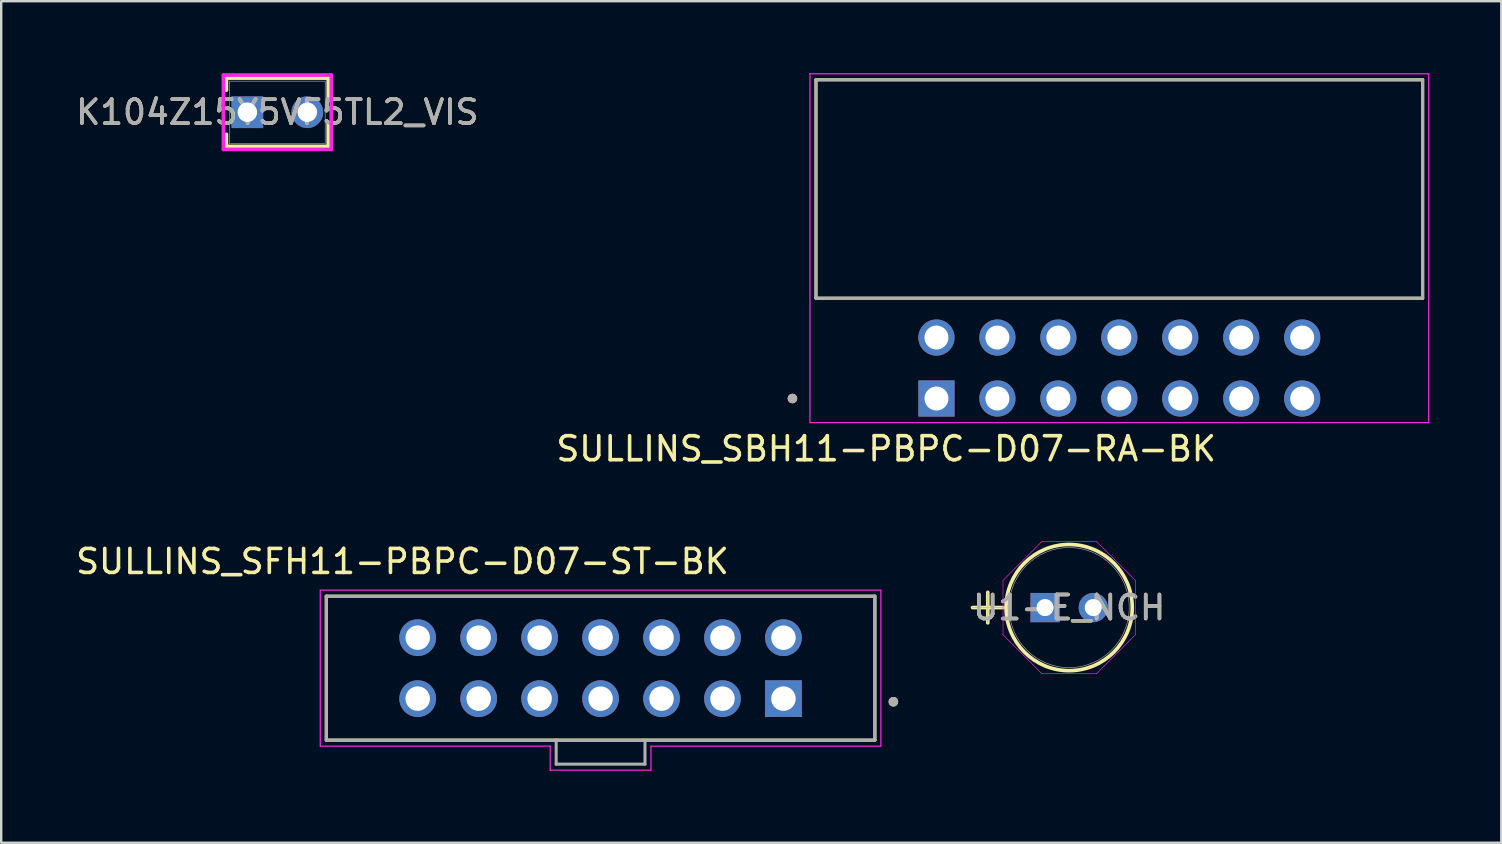
<source format=kicad_pcb>
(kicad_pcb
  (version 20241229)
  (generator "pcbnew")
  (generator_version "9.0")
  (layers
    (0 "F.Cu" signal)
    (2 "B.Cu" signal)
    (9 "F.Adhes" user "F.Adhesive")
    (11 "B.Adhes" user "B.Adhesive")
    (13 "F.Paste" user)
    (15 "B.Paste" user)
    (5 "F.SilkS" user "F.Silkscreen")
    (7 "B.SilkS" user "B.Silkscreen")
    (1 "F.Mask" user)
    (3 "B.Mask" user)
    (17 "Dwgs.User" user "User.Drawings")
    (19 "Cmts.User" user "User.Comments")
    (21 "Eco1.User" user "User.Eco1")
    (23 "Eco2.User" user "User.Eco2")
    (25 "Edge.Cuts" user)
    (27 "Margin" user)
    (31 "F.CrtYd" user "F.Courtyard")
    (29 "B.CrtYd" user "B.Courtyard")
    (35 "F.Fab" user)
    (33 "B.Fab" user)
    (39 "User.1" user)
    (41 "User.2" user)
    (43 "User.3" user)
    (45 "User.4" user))
  (footprint "U1-E_NCH"
    (layer "F.Cu")
    (at 40.497 22.267)
    (property "Reference" "U1-E_NCH" (at 1.003 0 0) (unlocked yes) (layer "F.SilkS") (effects (font (size 1 1) (thickness 0.15))))
    (attr through_hole)
    (fp_line (start -3.023 0) (end -1.753 0) (stroke (width 0.152) (type solid)) (layer "F.SilkS"))
    (fp_line (start -2.388 -0.635) (end -2.388 0.635) (stroke (width 0.152) (type solid)) (layer "F.SilkS"))
    (fp_circle (center 1.003 0) (end 3.632 0) (stroke (width 0.152) (type solid)) (fill no) (layer "F.SilkS"))
    (fp_line (start -1.753 -1.135) (end -0.131 -2.756) (stroke (width 0.025) (type solid)) (layer "F.CrtYd"))
    (fp_line (start -1.753 1.135) (end -1.753 -1.135) (stroke (width 0.025) (type solid)) (layer "F.CrtYd"))
    (fp_line (start -0.131 -2.756) (end 2.138 -2.756) (stroke (width 0.025) (type solid)) (layer "F.CrtYd"))
    (fp_line (start -0.131 2.756) (end -1.753 1.135) (stroke (width 0.025) (type solid)) (layer "F.CrtYd"))
    (fp_line (start 2.138 -2.756) (end 3.759 -1.135) (stroke (width 0.025) (type solid)) (layer "F.CrtYd"))
    (fp_line (start 2.138 2.756) (end -0.131 2.756) (stroke (width 0.025) (type solid)) (layer "F.CrtYd"))
    (fp_line (start 3.759 -1.135) (end 3.759 1.135) (stroke (width 0.025) (type solid)) (layer "F.CrtYd"))
    (fp_line (start 3.759 1.135) (end 2.138 2.756) (stroke (width 0.025) (type solid)) (layer "F.CrtYd"))
    (fp_line (start -3.023 0) (end -1.753 0) (stroke (width 0.025) (type solid)) (layer "F.Fab"))
    (fp_line (start -2.388 -0.635) (end -2.388 0.635) (stroke (width 0.025) (type solid)) (layer "F.Fab"))
    (fp_circle (center 1.003 0) (end 3.505 0) (stroke (width 0.025) (type solid)) (fill no) (layer "F.Fab"))
    (fp_text user "${REFERENCE}" (at 1.003 0 0) (unlocked yes) (layer "F.Fab") (effects (font (size 1 1) (thickness 0.15))))
    (pad "1" thru_hole rect (at 0 0) (size 1.219 1.219) (drill 0.711) (layers "*.Cu" "*.Mask"))
    (pad "2" thru_hole circle (at 2.007 0) (size 1.219 1.219) (drill 0.711) (layers "*.Cu" "*.Mask")))
  (footprint "SULLINS_SFH11-PBPC-D07-ST-BK"
    (layer "F.Cu")
    (at 21.975 24.791)
    (property "Reference" "SULLINS_SFH11-PBPC-D07-ST-BK" (at -8.255 -4.445 0) (layer "F.SilkS") (effects (font (size 1 1) (thickness 0.15))))
    (attr through_hole)
    (fp_line (start -11.43 -3) (end -11.43 3) (stroke (width 0.127) (type solid)) (layer "F.SilkS"))
    (fp_line (start -11.43 3) (end 11.43 3) (stroke (width 0.127) (type solid)) (layer "F.SilkS"))
    (fp_line (start 11.43 -3) (end -11.43 -3) (stroke (width 0.127) (type solid)) (layer "F.SilkS"))
    (fp_line (start 11.43 3) (end 11.43 -3) (stroke (width 0.127) (type solid)) (layer "F.SilkS"))
    (fp_circle (center 12.2 1.4) (end 12.3 1.4) (stroke (width 0.2) (type solid)) (fill no) (layer "F.SilkS"))
    (fp_line (start -11.68 -3.25) (end 11.68 -3.25) (stroke (width 0.05) (type solid)) (layer "F.CrtYd"))
    (fp_line (start -11.68 3.25) (end -11.68 -3.25) (stroke (width 0.05) (type solid)) (layer "F.CrtYd"))
    (fp_line (start -2.1 3.25) (end -11.68 3.25) (stroke (width 0.05) (type solid)) (layer "F.CrtYd"))
    (fp_line (start -2.1 4.25) (end -2.1 3.25) (stroke (width 0.05) (type solid)) (layer "F.CrtYd"))
    (fp_line (start 2.1 3.25) (end 2.1 4.25) (stroke (width 0.05) (type solid)) (layer "F.CrtYd"))
    (fp_line (start 2.1 4.25) (end -2.1 4.25) (stroke (width 0.05) (type solid)) (layer "F.CrtYd"))
    (fp_line (start 11.68 -3.25) (end 11.68 3.25) (stroke (width 0.05) (type solid)) (layer "F.CrtYd"))
    (fp_line (start 11.68 3.25) (end 2.1 3.25) (stroke (width 0.05) (type solid)) (layer "F.CrtYd"))
    (fp_line (start -11.43 -3) (end -11.43 3) (stroke (width 0.127) (type solid)) (layer "F.Fab"))
    (fp_line (start -11.43 3) (end -1.85 3) (stroke (width 0.127) (type solid)) (layer "F.Fab"))
    (fp_line (start -1.85 3) (end -1.85 4) (stroke (width 0.127) (type solid)) (layer "F.Fab"))
    (fp_line (start -1.85 3) (end 1.85 3) (stroke (width 0.127) (type solid)) (layer "F.Fab"))
    (fp_line (start -1.85 4) (end 1.85 4) (stroke (width 0.127) (type solid)) (layer "F.Fab"))
    (fp_line (start 1.85 3) (end 11.43 3) (stroke (width 0.127) (type solid)) (layer "F.Fab"))
    (fp_line (start 1.85 4) (end 1.85 3) (stroke (width 0.127) (type solid)) (layer "F.Fab"))
    (fp_line (start 11.43 -3) (end -11.43 -3) (stroke (width 0.127) (type solid)) (layer "F.Fab"))
    (fp_line (start 11.43 3) (end 11.43 -3) (stroke (width 0.127) (type solid)) (layer "F.Fab"))
    (fp_circle (center 12.2 1.4) (end 12.3 1.4) (stroke (width 0.2) (type solid)) (fill no) (layer "F.Fab"))
    (pad "1" thru_hole rect (at 7.62 1.27) (size 1.53 1.53) (drill 1.02) (layers "*.Cu" "*.Mask"))
    (pad "2" thru_hole circle (at 7.62 -1.27) (size 1.53 1.53) (drill 1.02) (layers "*.Cu" "*.Mask"))
    (pad "3" thru_hole circle (at 5.08 1.27) (size 1.53 1.53) (drill 1.02) (layers "*.Cu" "*.Mask"))
    (pad "4" thru_hole circle (at 5.08 -1.27) (size 1.53 1.53) (drill 1.02) (layers "*.Cu" "*.Mask"))
    (pad "5" thru_hole circle (at 2.54 1.27) (size 1.53 1.53) (drill 1.02) (layers "*.Cu" "*.Mask"))
    (pad "6" thru_hole circle (at 2.54 -1.27) (size 1.53 1.53) (drill 1.02) (layers "*.Cu" "*.Mask"))
    (pad "7" thru_hole circle (at 0 1.27) (size 1.53 1.53) (drill 1.02) (layers "*.Cu" "*.Mask"))
    (pad "8" thru_hole circle (at 0 -1.27) (size 1.53 1.53) (drill 1.02) (layers "*.Cu" "*.Mask"))
    (pad "9" thru_hole circle (at -2.54 1.27) (size 1.53 1.53) (drill 1.02) (layers "*.Cu" "*.Mask"))
    (pad "10" thru_hole circle (at -2.54 -1.27) (size 1.53 1.53) (drill 1.02) (layers "*.Cu" "*.Mask"))
    (pad "11" thru_hole circle (at -5.08 1.27) (size 1.53 1.53) (drill 1.02) (layers "*.Cu" "*.Mask"))
    (pad "12" thru_hole circle (at -5.08 -1.27) (size 1.53 1.53) (drill 1.02) (layers "*.Cu" "*.Mask"))
    (pad "13" thru_hole circle (at -7.62 1.27) (size 1.53 1.53) (drill 1.02) (layers "*.Cu" "*.Mask"))
    (pad "14" thru_hole circle (at -7.62 -1.27) (size 1.53 1.53) (drill 1.02) (layers "*.Cu" "*.Mask")))
  (footprint "K104Z15Y5VF5TL2_VIS"
    (layer "F.Cu")
    (at 7.256 1.626)
    (property "Reference" "K104Z15Y5VF5TL2_VIS" (at 1.25 0 0) (unlocked yes) (layer "F.SilkS") (effects (font (size 1 1) (thickness 0.15))))
    (attr through_hole)
    (fp_line (start -0.871 -1.422) (end -0.871 -0.918) (stroke (width 0.152) (type solid)) (layer "F.SilkS"))
    (fp_line (start -0.871 0.918) (end -0.871 1.422) (stroke (width 0.152) (type solid)) (layer "F.SilkS"))
    (fp_line (start 3.371 -1.422) (end -0.871 -1.422) (stroke (width 0.152) (type solid)) (layer "F.SilkS"))
    (fp_line (start 3.371 -1.422) (end 3.371 -0.477) (stroke (width 0.152) (type solid)) (layer "F.SilkS"))
    (fp_line (start 3.371 0.477) (end 3.371 1.422) (stroke (width 0.152) (type solid)) (layer "F.SilkS"))
    (fp_line (start 3.371 1.422) (end -0.871 1.422) (stroke (width 0.152) (type solid)) (layer "F.SilkS"))
    (fp_line (start -0.998 -1.549) (end 3.498 -1.549) (stroke (width 0.152) (type solid)) (layer "F.CrtYd"))
    (fp_line (start -0.998 1.549) (end -0.998 -1.549) (stroke (width 0.152) (type solid)) (layer "F.CrtYd"))
    (fp_line (start 3.498 -1.549) (end 3.498 1.549) (stroke (width 0.152) (type solid)) (layer "F.CrtYd"))
    (fp_line (start 3.498 1.549) (end -0.998 1.549) (stroke (width 0.152) (type solid)) (layer "F.CrtYd"))
    (fp_line (start -0.744 -1.295) (end -0.744 1.295) (stroke (width 0.025) (type solid)) (layer "F.Fab"))
    (fp_line (start 3.244 -1.295) (end -0.744 -1.295) (stroke (width 0.025) (type solid)) (layer "F.Fab"))
    (fp_line (start 3.244 -1.295) (end 3.244 1.295) (stroke (width 0.025) (type solid)) (layer "F.Fab"))
    (fp_line (start 3.244 1.295) (end -0.744 1.295) (stroke (width 0.025) (type solid)) (layer "F.Fab"))
    (fp_circle (center -0.236 0) (end -0.236 0) (stroke (width 0.025) (type solid)) (fill no) (layer "F.Fab"))
    (fp_text user "${REFERENCE}" (at 1.25 0 0) (unlocked yes) (layer "F.Fab") (effects (font (size 1 1) (thickness 0.15))))
    (pad "1" thru_hole rect (at 0 0) (size 1.321 1.321) (drill 0.813) (layers "*.Cu" "*.Mask"))
    (pad "2" thru_hole circle (at 2.5 0) (size 1.321 1.321) (drill 0.813) (layers "*.Cu" "*.Mask")))
  (footprint "SULLINS_SBH11-PBPC-D07-RA-BK"
    (layer "F.Cu")
    (at 43.59 12.285)
    (property "Reference" "SULLINS_SBH11-PBPC-D07-RA-BK" (at -9.715 3.365 0) (layer "F.SilkS") (effects (font (size 1 1) (thickness 0.15))))
    (attr through_hole)
    (fp_line (start -12.64 -12.01) (end 12.64 -12.01) (stroke (width 0.127) (type solid)) (layer "F.SilkS"))
    (fp_line (start -12.64 -2.91) (end -12.64 -12.01) (stroke (width 0.127) (type solid)) (layer "F.SilkS"))
    (fp_line (start 12.64 -12.01) (end 12.64 -2.91) (stroke (width 0.127) (type solid)) (layer "F.SilkS"))
    (fp_line (start 12.64 -2.91) (end -12.64 -2.91) (stroke (width 0.127) (type solid)) (layer "F.SilkS"))
    (fp_circle (center -13.62 1.27) (end -13.52 1.27) (stroke (width 0.2) (type solid)) (fill no) (layer "F.SilkS"))
    (fp_line (start -12.89 -12.26) (end -12.89 2.274) (stroke (width 0.05) (type solid)) (layer "F.CrtYd"))
    (fp_line (start -12.89 2.274) (end 12.89 2.274) (stroke (width 0.05) (type solid)) (layer "F.CrtYd"))
    (fp_line (start 12.89 -12.26) (end -12.89 -12.26) (stroke (width 0.05) (type solid)) (layer "F.CrtYd"))
    (fp_line (start 12.89 2.274) (end 12.89 -12.26) (stroke (width 0.05) (type solid)) (layer "F.CrtYd"))
    (fp_line (start -12.64 -12.01) (end 12.64 -12.01) (stroke (width 0.127) (type solid)) (layer "F.Fab"))
    (fp_line (start -12.64 -2.91) (end -12.64 -12.01) (stroke (width 0.127) (type solid)) (layer "F.Fab"))
    (fp_line (start 12.64 -12.01) (end 12.64 -2.91) (stroke (width 0.127) (type solid)) (layer "F.Fab"))
    (fp_line (start 12.64 -2.91) (end -12.64 -2.91) (stroke (width 0.127) (type solid)) (layer "F.Fab"))
    (fp_circle (center -13.62 1.27) (end -13.52 1.27) (stroke (width 0.2) (type solid)) (fill no) (layer "F.Fab"))
    (pad "1" thru_hole rect (at -7.62 1.27) (size 1.508 1.508) (drill 1) (layers "*.Cu" "*.Mask"))
    (pad "2" thru_hole circle (at -7.62 -1.27) (size 1.508 1.508) (drill 1) (layers "*.Cu" "*.Mask"))
    (pad "3" thru_hole circle (at -5.08 1.27) (size 1.508 1.508) (drill 1) (layers "*.Cu" "*.Mask"))
    (pad "4" thru_hole circle (at -5.08 -1.27) (size 1.508 1.508) (drill 1) (layers "*.Cu" "*.Mask"))
    (pad "5" thru_hole circle (at -2.54 1.27) (size 1.508 1.508) (drill 1) (layers "*.Cu" "*.Mask"))
    (pad "6" thru_hole circle (at -2.54 -1.27) (size 1.508 1.508) (drill 1) (layers "*.Cu" "*.Mask"))
    (pad "7" thru_hole circle (at 0 1.27) (size 1.508 1.508) (drill 1) (layers "*.Cu" "*.Mask"))
    (pad "8" thru_hole circle (at 0 -1.27) (size 1.508 1.508) (drill 1) (layers "*.Cu" "*.Mask"))
    (pad "9" thru_hole circle (at 2.54 1.27) (size 1.508 1.508) (drill 1) (layers "*.Cu" "*.Mask"))
    (pad "10" thru_hole circle (at 2.54 -1.27) (size 1.508 1.508) (drill 1) (layers "*.Cu" "*.Mask"))
    (pad "11" thru_hole circle (at 5.08 1.27) (size 1.508 1.508) (drill 1) (layers "*.Cu" "*.Mask"))
    (pad "12" thru_hole circle (at 5.08 -1.27) (size 1.508 1.508) (drill 1) (layers "*.Cu" "*.Mask"))
    (pad "13" thru_hole circle (at 7.62 1.27) (size 1.508 1.508) (drill 1) (layers "*.Cu" "*.Mask"))
    (pad "14" thru_hole circle (at 7.62 -1.27) (size 1.508 1.508) (drill 1) (layers "*.Cu" "*.Mask")))
  (gr_rect
    (start -3 -3)
    (end 59.505 32.066)
    (stroke (width 0.1) (type default))
    (fill no)
    (layer "Edge.Cuts")))
</source>
